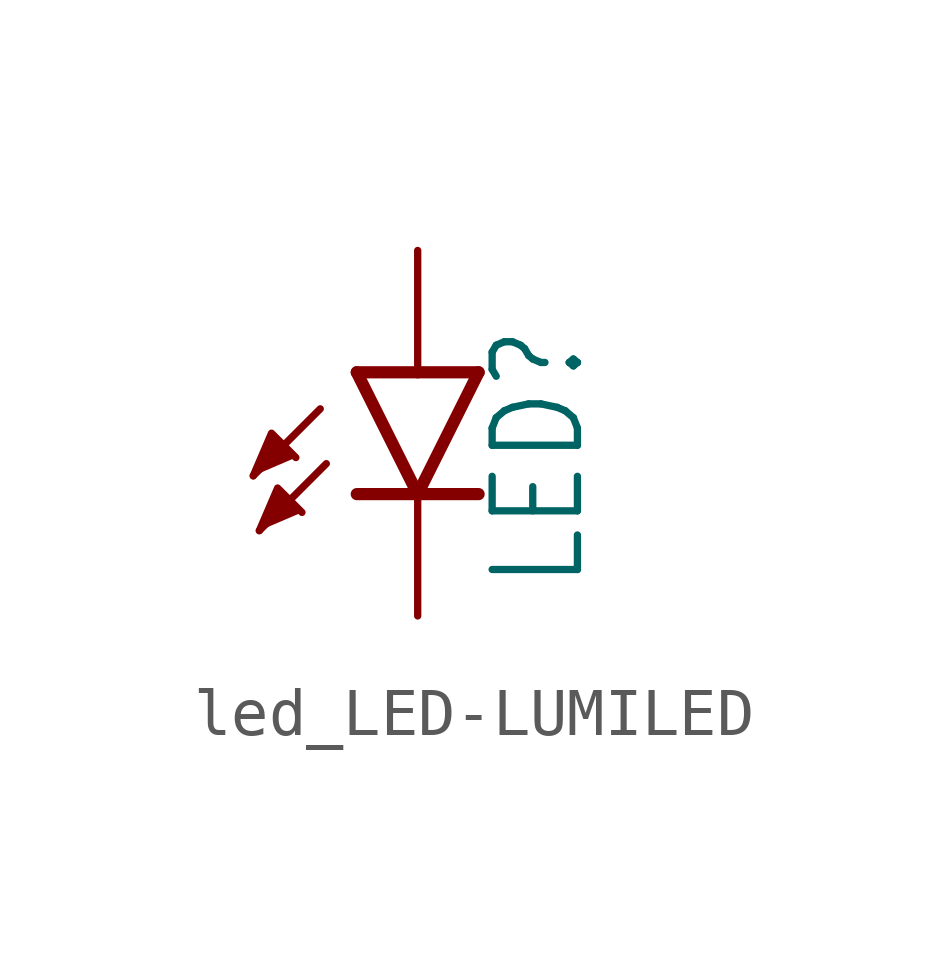
<source format=kicad_sym>
(kicad_symbol_lib
  (version 20231120)
  (generator "kicad_symbol_editor")
  (generator_version "8.0")
  (symbol "led_LED-LUMILED"
    (property "Reference" "LED"
      (at 3.556 -4.572 90)
      (effects (font (size 1.778 1.511)) (justify left bottom)))
    (property "Value" ""
      (at 5.715 -4.572 90)
      (effects (font (size 1.778 1.511)) (justify left bottom)))
    (property "ki_locked" ""
      (at 0 0 0)
      (effects (font (size 1.27 1.27))))
    (symbol "led_LED-LUMILED_1_0"
      (polyline (pts (xy -2.032 -0.762) (xy -3.429 -2.159)) (stroke (width 0.152) (type solid)) (fill (type none)))
      (polyline (pts (xy -1.905 -1.905) (xy -3.302 -3.302)) (stroke (width 0.152) (type solid)) (fill (type none)))
      (polyline (pts (xy 0 -2.54) (xy -1.27 -2.54)) (stroke (width 0.254) (type solid)) (fill (type none)))
      (polyline (pts (xy 0 -2.54) (xy -1.27 0)) (stroke (width 0.254) (type solid)) (fill (type none)))
      (polyline (pts (xy 0 0) (xy -1.27 0)) (stroke (width 0.254) (type solid)) (fill (type none)))
      (polyline (pts (xy 1.27 -2.54) (xy 0 -2.54)) (stroke (width 0.254) (type solid)) (fill (type none)))
      (polyline (pts (xy 1.27 0) (xy 0 -2.54)) (stroke (width 0.254) (type solid)) (fill (type none)))
      (polyline (pts (xy 1.27 0) (xy 0 0)) (stroke (width 0.254) (type solid)) (fill (type none)))
      (polyline (pts (xy -3.429 -2.159) (xy -3.048 -1.27) (xy -2.54 -1.778)) (stroke (width 0.152) (type solid)) (fill (type outline)))
      (polyline (pts (xy -3.302 -3.302) (xy -2.921 -2.413) (xy -2.413 -2.921)) (stroke (width 0.152) (type solid)) (fill (type outline)))
      (pin passive line (at 0 2.54 270) (length 2.54) (name "A" (effects (font (size 0 0)))) (number "2+" (effects (font (size 0 0)))))
      (pin passive line (at 0 -5.08 90) (length 2.54) (name "C" (effects (font (size 0 0)))) (number "4-" (effects (font (size 0 0))))))))
</source>
